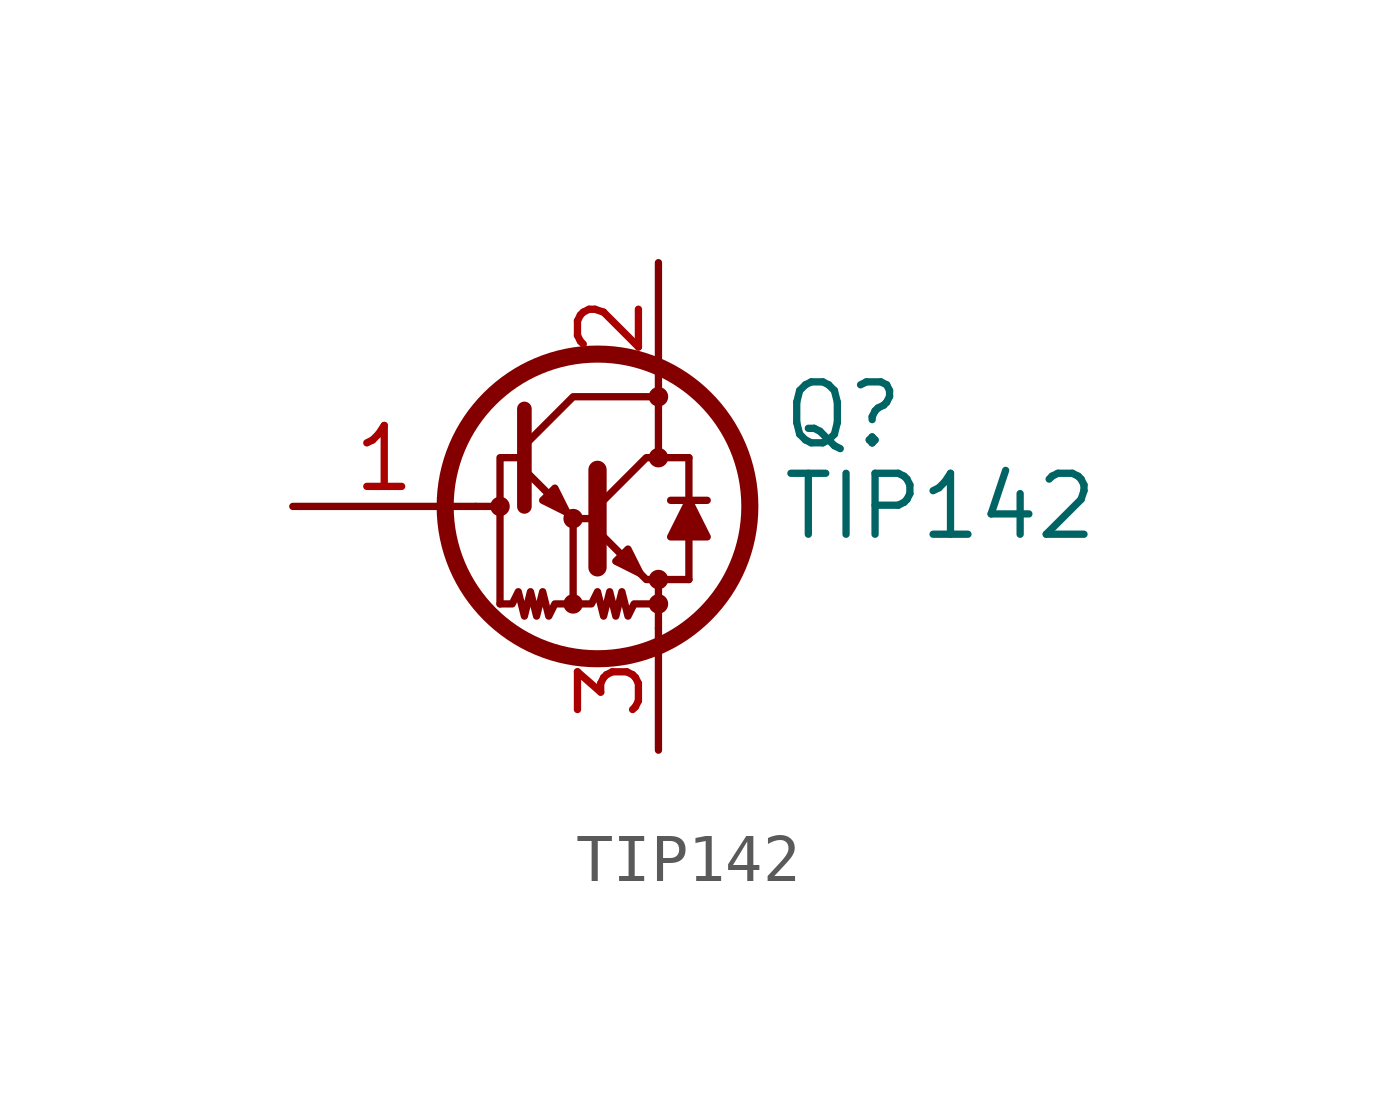
<source format=kicad_sym>
(kicad_symbol_lib
  (version 20241209)
  (generator "kicad_symbol_editor")
  (generator_version "9.0")
  (symbol "TIP142"
    (pin_names
      (offset 0)
      (hide yes))
    (property "Reference" "Q"
      (at 5.08 1.905 0)
      (effects (font (size 1.27 1.27)) (justify left)))
    (property "Value" "TIP142"
      (at 5.08 0 0)
      (effects (font (size 1.27 1.27)) (justify left)))
    (symbol "TIP142_0_1"
      (polyline (pts (xy -1.27 0) (xy -0.889 0)) (stroke (width 0) (type default)) (fill (type none)))
      (circle (center -0.762 0) (radius 0.127) (stroke (width 0) (type default)) (fill (type none)))
      (polyline (pts (xy -0.254 2.032) (xy -0.254 0) (xy -0.254 0)) (stroke (width 0.305) (type default)) (fill (type none)))
      (polyline (pts (xy -0.254 1.27) (xy 0.762 2.286) (xy 2.54 2.286)) (stroke (width 0) (type default)) (fill (type none)))
      (polyline (pts (xy -0.254 1.016) (xy -0.762 1.016) (xy -0.762 -2.032)) (stroke (width 0) (type default)) (fill (type none)))
      (polyline (pts (xy -0.254 0.762) (xy 0.762 -0.254) (xy 1.27 -0.254)) (stroke (width 0) (type default)) (fill (type none)))
      (polyline (pts (xy 0.635 -0.127) (xy 0.381 0.381) (xy 0.127 0.127) (xy 0.635 -0.127)) (stroke (width 0) (type default)) (fill (type none)))
      (polyline (pts (xy 0.762 -0.254) (xy 0.762 -2.032) (xy 1.143 -2.032) (xy 1.27 -1.778) (xy 1.397 -2.286) (xy 1.524 -1.778) (xy 1.651 -2.286) (xy 1.778 -1.778) (xy 1.905 -2.286) (xy 2.032 -2.032) (xy 2.54 -2.032)) (stroke (width 0) (type default)) (fill (type none)))
      (circle (center 0.762 -0.254) (radius 0.127) (stroke (width 0) (type default)) (fill (type none)))
      (polyline (pts (xy 0.762 -2.032) (xy 0.381 -2.032) (xy 0.254 -2.286) (xy 0.127 -1.778) (xy 0 -2.286) (xy -0.127 -1.778) (xy -0.254 -2.286) (xy -0.381 -1.778) (xy -0.508 -2.032) (xy -0.762 -2.032)) (stroke (width 0) (type default)) (fill (type none)))
      (circle (center 0.762 -2.032) (radius 0.127) (stroke (width 0) (type default)) (fill (type none)))
      (polyline (pts (xy 1.27 0.762) (xy 1.27 -1.27) (xy 1.27 -1.27)) (stroke (width 0.381) (type default)) (fill (type none)))
      (polyline (pts (xy 1.27 0) (xy 2.286 1.016) (xy 2.54 1.016) (xy 2.54 2.286)) (stroke (width 0) (type default)) (fill (type none)))
      (circle (center 1.27 0) (radius 3.175) (stroke (width 0.356) (type default)) (fill (type none)))
      (polyline (pts (xy 1.27 -0.508) (xy 2.286 -1.524) (xy 2.54 -1.524) (xy 2.54 -2.032)) (stroke (width 0) (type default)) (fill (type none)))
      (polyline (pts (xy 2.159 -1.397) (xy 1.905 -0.889) (xy 1.651 -1.143) (xy 2.159 -1.397)) (stroke (width 0) (type default)) (fill (type none)))
      (circle (center 2.54 2.286) (radius 0.127) (stroke (width 0) (type default)) (fill (type none)))
      (circle (center 2.54 1.016) (radius 0.127) (stroke (width 0) (type default)) (fill (type none)))
      (polyline (pts (xy 2.54 -1.524) (xy 3.175 -1.524)) (stroke (width 0) (type default)) (fill (type none)))
      (circle (center 2.54 -1.524) (radius 0.127) (stroke (width 0) (type default)) (fill (type none)))
      (polyline (pts (xy 2.54 -2.032) (xy 2.54 -2.54)) (stroke (width 0) (type default)) (fill (type none)))
      (circle (center 2.54 -2.032) (radius 0.127) (stroke (width 0) (type default)) (fill (type none)))
      (polyline (pts (xy 2.794 0.127) (xy 3.556 0.127)) (stroke (width 0) (type default)) (fill (type none)))
      (polyline (pts (xy 3.175 1.016) (xy 2.54 1.016)) (stroke (width 0) (type default)) (fill (type none)))
      (polyline (pts (xy 3.175 1.016) (xy 3.175 0.127)) (stroke (width 0) (type default)) (fill (type none)))
      (polyline (pts (xy 3.175 0.127) (xy 2.794 -0.635) (xy 3.556 -0.635) (xy 3.175 0.127)) (stroke (width 0) (type default)) (fill (type outline)))
      (polyline (pts (xy 3.175 -0.635) (xy 3.175 -1.524)) (stroke (width 0) (type default)) (fill (type none))))
    (symbol "TIP142_1_1"
      (pin input line (at -5.08 0 0) (length 3.81) (name "B" (effects (font (size 1.27 1.27)))) (number "1" (effects (font (size 1.27 1.27)))))
      (pin passive line (at 2.54 5.08 270) (length 2.667) (name "C" (effects (font (size 1.27 1.27)))) (number "2" (effects (font (size 1.27 1.27)))))
      (pin passive line (at 2.54 -5.08 90) (length 2.54) (name "E" (effects (font (size 1.27 1.27)))) (number "3" (effects (font (size 1.27 1.27))))))))
</source>
